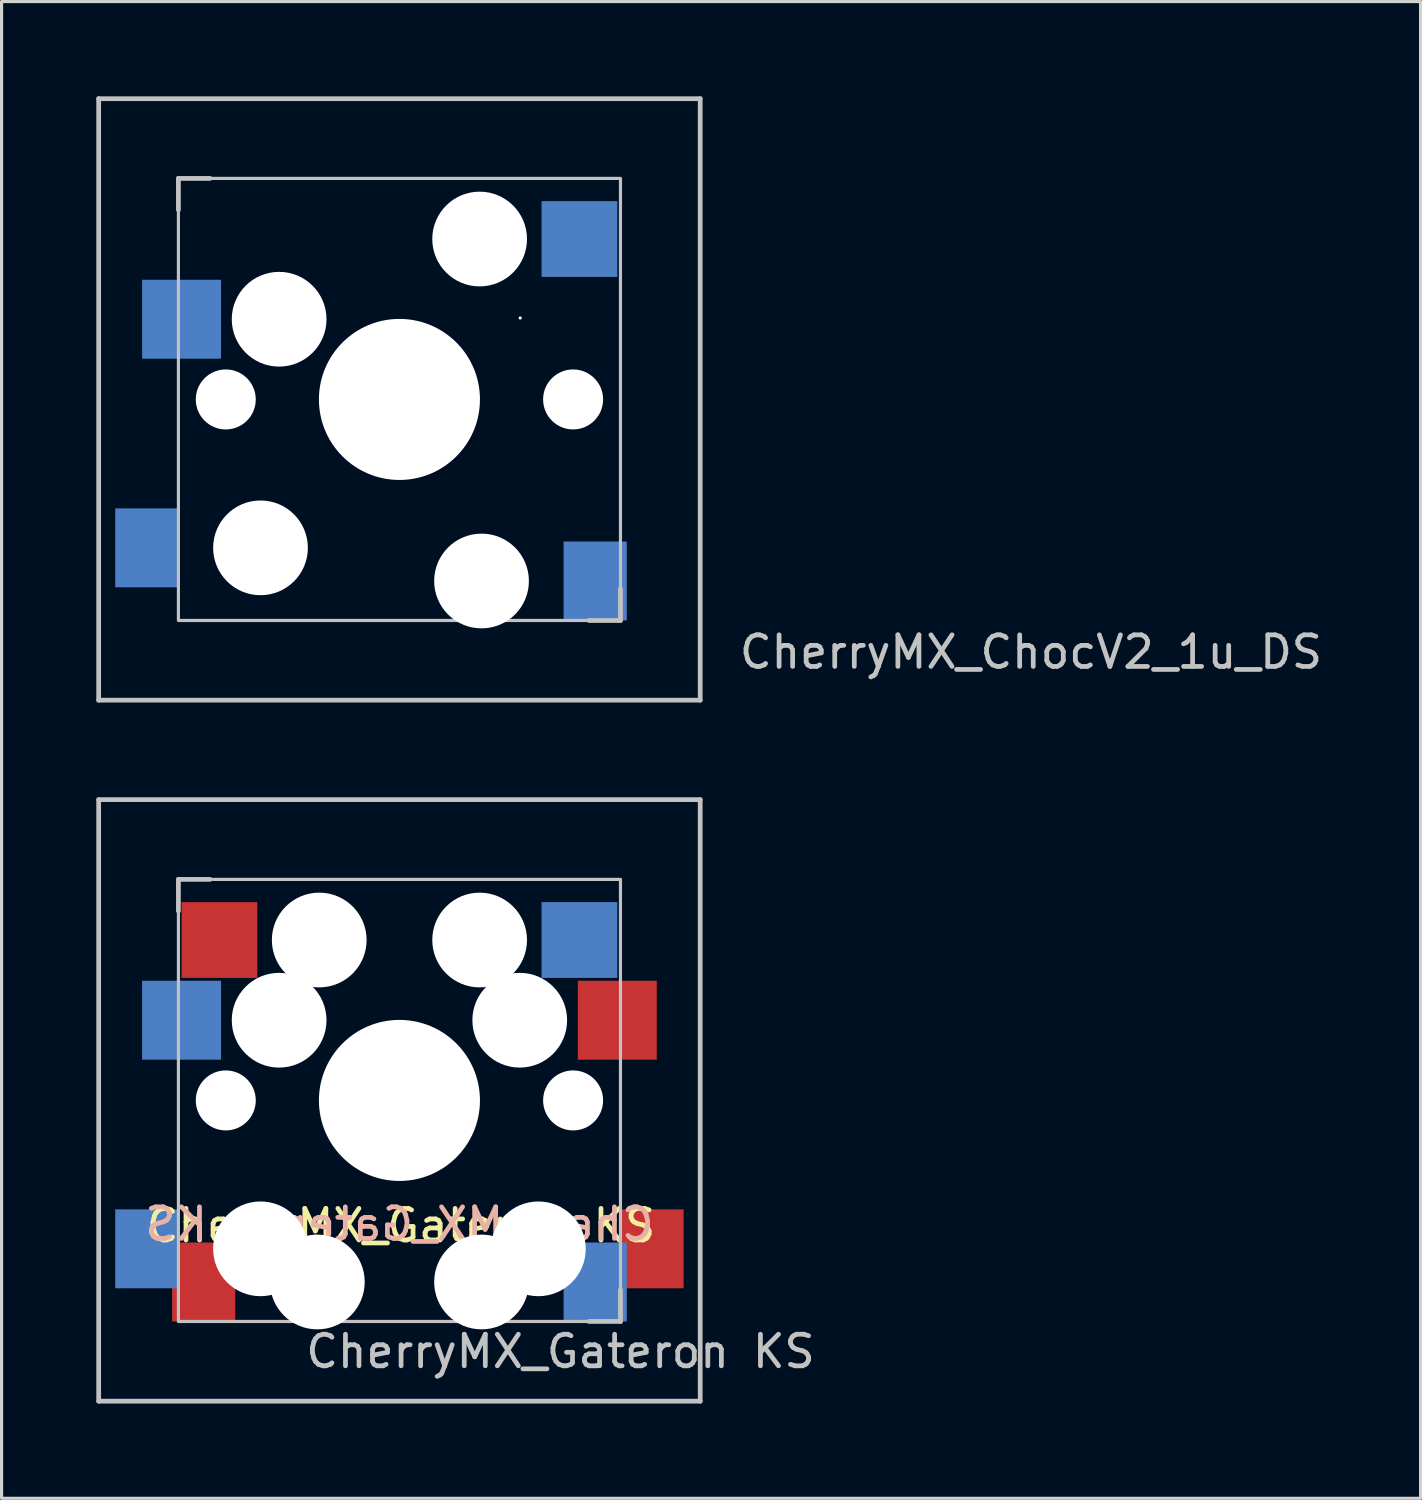
<source format=kicad_pcb>
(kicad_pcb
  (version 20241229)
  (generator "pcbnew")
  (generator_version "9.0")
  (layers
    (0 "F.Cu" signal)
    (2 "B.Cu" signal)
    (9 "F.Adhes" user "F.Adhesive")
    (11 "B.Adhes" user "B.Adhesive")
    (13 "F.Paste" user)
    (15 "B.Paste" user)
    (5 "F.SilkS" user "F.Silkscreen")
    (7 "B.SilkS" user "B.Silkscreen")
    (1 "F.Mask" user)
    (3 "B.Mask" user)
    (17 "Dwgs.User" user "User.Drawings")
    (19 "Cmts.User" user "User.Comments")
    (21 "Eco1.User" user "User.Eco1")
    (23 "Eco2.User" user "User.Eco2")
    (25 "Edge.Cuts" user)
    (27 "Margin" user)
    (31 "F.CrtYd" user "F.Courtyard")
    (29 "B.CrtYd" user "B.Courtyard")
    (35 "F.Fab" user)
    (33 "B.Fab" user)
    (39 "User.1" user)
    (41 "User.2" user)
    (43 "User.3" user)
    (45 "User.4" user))
  (footprint "CherryMX_Gateron KS"
    (layer "F.Cu")
    (at 9.6 31.8)
    (property "Reference" "CherryMX_Gateron KS" (at 5.1 7.95 180) (layer "Dwgs.User") (effects (font (size 1 1) (thickness 0.15))))
    (attr through_hole)
    (fp_line (start -9.525 -9.525) (end 9.525 -9.525) (stroke (width 0.15) (type solid)) (layer "Dwgs.User"))
    (fp_line (start -9.525 9.525) (end -9.525 -9.525) (stroke (width 0.15) (type solid)) (layer "Dwgs.User"))
    (fp_line (start -7 -7) (end -6 -7) (stroke (width 0.15) (type solid)) (layer "Dwgs.User"))
    (fp_line (start -7 -6) (end -7 -7) (stroke (width 0.15) (type solid)) (layer "Dwgs.User"))
    (fp_line (start 6 7) (end 7 7) (stroke (width 0.15) (type solid)) (layer "Dwgs.User"))
    (fp_line (start 7 7) (end 7 6) (stroke (width 0.15) (type solid)) (layer "Dwgs.User"))
    (fp_line (start 9.525 -9.525) (end 9.525 9.525) (stroke (width 0.15) (type solid)) (layer "Dwgs.User"))
    (fp_line (start 9.525 9.525) (end -9.525 9.525) (stroke (width 0.15) (type solid)) (layer "Dwgs.User"))
    (fp_rect (start -7 -7) (end 7 7) (stroke (width 0.1) (type default)) (fill no) (layer "Dwgs.User"))
    (fp_line (start -7 -7) (end 7 -7) (stroke (width 0.15) (type solid)) (layer "Eco2.User"))
    (fp_line (start -7 7) (end -7 -7) (stroke (width 0.15) (type solid)) (layer "Eco2.User"))
    (fp_line (start 7 -7) (end 7 7) (stroke (width 0.15) (type solid)) (layer "Eco2.User"))
    (fp_line (start 7 7) (end -7 7) (stroke (width 0.15) (type solid)) (layer "Eco2.User"))
    (fp_text user "${REFERENCE}" (at 0.05 4.55 0) (unlocked yes) (layer "F.SilkS") (effects (font (size 1 1) (thickness 0.15)) (justify bottom)))
    (fp_text user "${REFERENCE}" (at 0 4.5 0) (unlocked yes) (layer "B.SilkS") (effects (font (size 1 1) (thickness 0.15)) (justify bottom mirror)))
    (pad "" np_thru_hole circle (at -5.5 0 90) (size 1.9 1.9) (drill 1.9) (layers "*.Cu" "*.Mask"))
    (pad "" np_thru_hole circle (at -4.4 4.7) (size 3 3) (drill 3) (layers "*.Cu" "*.Mask"))
    (pad "" np_thru_hole circle (at -3.825 -2.58 180) (size 0.1 0.1) (drill 0.1) (layers "*.Cu" "*.Mask"))
    (pad "" np_thru_hole circle (at -3.81 -2.54 180) (size 3 3) (drill 3) (layers "*.Cu" "*.Mask"))
    (pad "" np_thru_hole circle (at -2.6 5.75) (size 3 3) (drill 3) (layers "*.Cu" "*.Mask"))
    (pad "" np_thru_hole circle (at -2.54 -5.08 180) (size 3 3) (drill 3) (layers "*.Cu" "*.Mask"))
    (pad "" np_thru_hole circle (at 0 0) (size 5.1 5.1) (drill 5.1) (layers "*.Cu" "*.Mask"))
    (pad "" np_thru_hole circle (at 2.54 -5.08 180) (size 3 3) (drill 3) (layers "*.Cu" "*.Mask"))
    (pad "" np_thru_hole circle (at 2.6 5.75) (size 3 3) (drill 3) (layers "*.Cu" "*.Mask"))
    (pad "" np_thru_hole circle (at 3.81 -2.54 180) (size 3 3) (drill 3) (layers "*.Cu" "*.Mask"))
    (pad "" np_thru_hole circle (at 3.825 -2.58 180) (size 0.1 0.1) (drill 0.1) (layers "*.Cu" "*.Mask"))
    (pad "" np_thru_hole circle (at 4.4 4.7) (size 3 3) (drill 3) (layers "*.Cu" "*.Mask"))
    (pad "" np_thru_hole circle (at 5.5 0 90) (size 1.9 1.9) (drill 1.9) (layers "*.Cu" "*.Mask"))
    (pad "1" smd rect (at 5.7 -5.08 180) (size 2.4 2.4) (layers "B.Cu" "B.Mask" "B.Paste"))
    (pad "1" smd rect (at 6.2 5.75) (size 2 2.5) (layers "B.Cu" "B.Mask" "B.Paste"))
    (pad "1" smd rect (at 6.9 -2.54 180) (size 2.5 2.5) (layers "F.Cu" "F.Mask" "F.Paste"))
    (pad "1" smd rect (at 8 4.7) (size 2 2.5) (layers "F.Cu" "F.Mask" "F.Paste"))
    (pad "2" smd rect (at -8 4.7) (size 2 2.5) (layers "B.Cu" "B.Mask" "B.Paste"))
    (pad "2" smd rect (at -6.9 -2.54 180) (size 2.5 2.5) (layers "B.Cu" "B.Mask" "B.Paste"))
    (pad "2" smd rect (at -6.2 5.75) (size 2 2.5) (layers "F.Cu" "F.Mask" "F.Paste"))
    (pad "2" smd rect (at -5.7 -5.08 180) (size 2.4 2.4) (layers "F.Cu" "F.Mask" "F.Paste")))
  (footprint "CherryMX_ChocV2_1u_DS"
    (layer "F.Cu")
    (at 9.6 9.6)
    (property "Reference" "CherryMX_ChocV2_1u_DS" (at 20 8 180) (layer "Dwgs.User") (effects (font (size 1 1) (thickness 0.15))))
    (attr through_hole)
    (fp_line (start -9.525 -9.525) (end 9.525 -9.525) (stroke (width 0.15) (type solid)) (layer "Dwgs.User"))
    (fp_line (start -9.525 9.525) (end -9.525 -9.525) (stroke (width 0.15) (type solid)) (layer "Dwgs.User"))
    (fp_line (start -7 -7) (end -6 -7) (stroke (width 0.15) (type solid)) (layer "Dwgs.User"))
    (fp_line (start -7 -6) (end -7 -7) (stroke (width 0.15) (type solid)) (layer "Dwgs.User"))
    (fp_line (start 6 7) (end 7 7) (stroke (width 0.15) (type solid)) (layer "Dwgs.User"))
    (fp_line (start 7 7) (end 7 6) (stroke (width 0.15) (type solid)) (layer "Dwgs.User"))
    (fp_line (start 9.525 -9.525) (end 9.525 9.525) (stroke (width 0.15) (type solid)) (layer "Dwgs.User"))
    (fp_line (start 9.525 9.525) (end -9.525 9.525) (stroke (width 0.15) (type solid)) (layer "Dwgs.User"))
    (fp_rect (start -7 -7) (end 7 7) (stroke (width 0.1) (type default)) (fill no) (layer "Dwgs.User"))
    (fp_line (start -7 -7) (end 7 -7) (stroke (width 0.15) (type solid)) (layer "Eco2.User"))
    (fp_line (start -7 7) (end -7 -7) (stroke (width 0.15) (type solid)) (layer "Eco2.User"))
    (fp_line (start 7 -7) (end 7 7) (stroke (width 0.15) (type solid)) (layer "Eco2.User"))
    (fp_line (start 7 7) (end -7 7) (stroke (width 0.15) (type solid)) (layer "Eco2.User"))
    (pad "" np_thru_hole circle (at -5.5 0 90) (size 1.9 1.9) (drill 1.9) (layers "*.Cu" "*.Mask"))
    (pad "" np_thru_hole circle (at -4.4 4.7) (size 3 3) (drill 3) (layers "*.Cu" "*.Mask"))
    (pad "" np_thru_hole circle (at -3.825 -2.58 180) (size 0.1 0.1) (drill 0.1) (layers "*.Cu" "*.Mask"))
    (pad "" np_thru_hole circle (at -3.81 -2.54 180) (size 3 3) (drill 3) (layers "*.Cu" "*.Mask"))
    (pad "" np_thru_hole circle (at 0 0) (size 5.1 5.1) (drill 5.1) (layers "*.Cu" "*.Mask"))
    (pad "" np_thru_hole circle (at 2.54 -5.08 180) (size 3 3) (drill 3) (layers "*.Cu" "*.Mask"))
    (pad "" np_thru_hole circle (at 2.6 5.75) (size 3 3) (drill 3) (layers "*.Cu" "*.Mask"))
    (pad "" np_thru_hole circle (at 3.825 -2.58 180) (size 0.1 0.1) (drill 0.1) (layers "*.Cu" "*.Mask"))
    (pad "" np_thru_hole circle (at 5.5 0 90) (size 1.9 1.9) (drill 1.9) (layers "*.Cu" "*.Mask"))
    (pad "1" smd rect (at 5.7 -5.08 180) (size 2.4 2.4) (layers "B.Cu" "B.Mask" "B.Paste"))
    (pad "1" smd rect (at 6.2 5.75) (size 2 2.5) (layers "B.Cu" "B.Mask" "B.Paste"))
    (pad "2" smd rect (at -8 4.7) (size 2 2.5) (layers "B.Cu" "B.Mask" "B.Paste"))
    (pad "2" smd rect (at -6.9 -2.54 180) (size 2.5 2.5) (layers "B.Cu" "B.Mask" "B.Paste")))
  (gr_rect
    (start -3 -3)
    (end 41.939 44.4)
    (stroke (width 0.1) (type default))
    (fill no)
    (layer "Edge.Cuts")))
</source>
